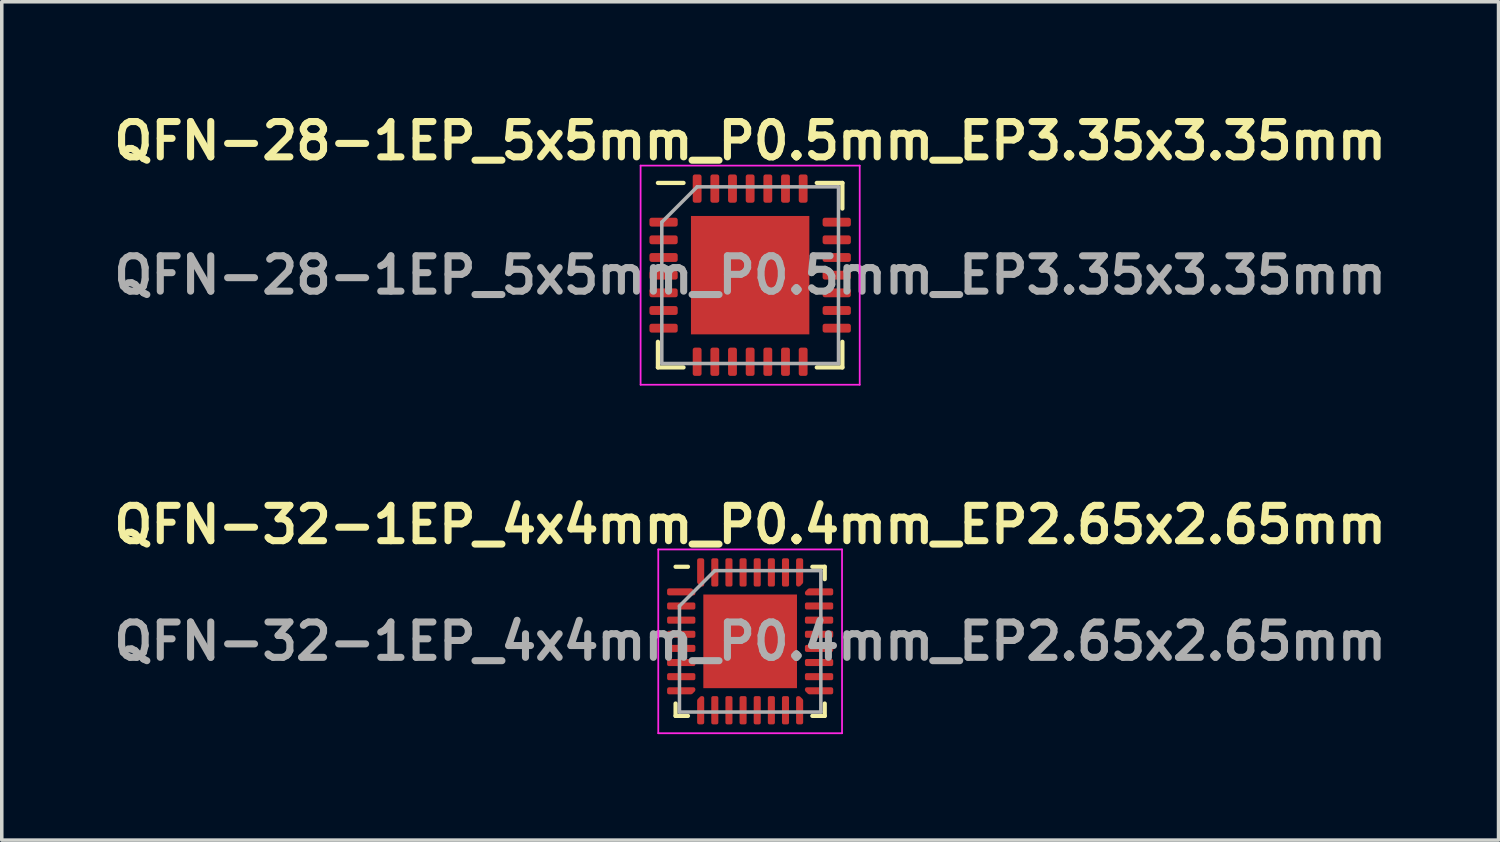
<source format=kicad_pcb>
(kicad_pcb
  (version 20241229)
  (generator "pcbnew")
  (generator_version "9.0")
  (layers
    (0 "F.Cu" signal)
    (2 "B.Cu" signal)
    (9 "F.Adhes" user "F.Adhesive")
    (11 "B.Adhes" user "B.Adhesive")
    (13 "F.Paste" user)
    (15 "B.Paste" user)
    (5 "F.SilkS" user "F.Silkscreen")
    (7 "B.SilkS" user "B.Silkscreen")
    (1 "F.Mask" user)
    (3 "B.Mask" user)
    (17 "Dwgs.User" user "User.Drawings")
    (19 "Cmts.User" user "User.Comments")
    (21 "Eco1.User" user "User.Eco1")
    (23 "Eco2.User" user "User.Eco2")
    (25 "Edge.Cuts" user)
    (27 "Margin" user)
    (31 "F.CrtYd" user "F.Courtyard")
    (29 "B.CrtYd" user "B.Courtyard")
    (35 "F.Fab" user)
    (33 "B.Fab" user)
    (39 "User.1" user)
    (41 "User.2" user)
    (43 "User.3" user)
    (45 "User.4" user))
  (footprint "QFN-28-1EP_5x5mm_P0.5mm_EP3.35x3.35mm"
    (layer "F.Cu")
    (at 18.176 4.736)
    (property "Reference" "QFN-28-1EP_5x5mm_P0.5mm_EP3.35x3.35mm" (at 0 -3.8 0) (layer "F.SilkS") (effects (font (size 1 1) (thickness 0.2))))
    (attr smd)
    (fp_line (start -2.61 2.61) (end -2.61 1.885) (stroke (width 0.12) (type solid)) (layer "F.SilkS"))
    (fp_line (start -1.885 -2.61) (end -2.61 -2.61) (stroke (width 0.12) (type solid)) (layer "F.SilkS"))
    (fp_line (start -1.885 2.61) (end -2.61 2.61) (stroke (width 0.12) (type solid)) (layer "F.SilkS"))
    (fp_line (start 1.885 -2.61) (end 2.61 -2.61) (stroke (width 0.12) (type solid)) (layer "F.SilkS"))
    (fp_line (start 1.885 2.61) (end 2.61 2.61) (stroke (width 0.12) (type solid)) (layer "F.SilkS"))
    (fp_line (start 2.61 -2.61) (end 2.61 -1.885) (stroke (width 0.12) (type solid)) (layer "F.SilkS"))
    (fp_line (start 2.61 2.61) (end 2.61 1.885) (stroke (width 0.12) (type solid)) (layer "F.SilkS"))
    (fp_line (start -3.1 -3.1) (end -3.1 3.1) (stroke (width 0.05) (type solid)) (layer "F.CrtYd"))
    (fp_line (start -3.1 3.1) (end 3.1 3.1) (stroke (width 0.05) (type solid)) (layer "F.CrtYd"))
    (fp_line (start 3.1 -3.1) (end -3.1 -3.1) (stroke (width 0.05) (type solid)) (layer "F.CrtYd"))
    (fp_line (start 3.1 3.1) (end 3.1 -3.1) (stroke (width 0.05) (type solid)) (layer "F.CrtYd"))
    (fp_line (start -2.5 -1.5) (end -1.5 -2.5) (stroke (width 0.1) (type solid)) (layer "F.Fab"))
    (fp_line (start -2.5 2.5) (end -2.5 -1.5) (stroke (width 0.1) (type solid)) (layer "F.Fab"))
    (fp_line (start -1.5 -2.5) (end 2.5 -2.5) (stroke (width 0.1) (type solid)) (layer "F.Fab"))
    (fp_line (start 2.5 -2.5) (end 2.5 2.5) (stroke (width 0.1) (type solid)) (layer "F.Fab"))
    (fp_line (start 2.5 2.5) (end -2.5 2.5) (stroke (width 0.1) (type solid)) (layer "F.Fab"))
    (fp_text user "${REFERENCE}" (at 0 0 0) (layer "F.Fab") (effects (font (size 1 1) (thickness 0.2))))
    (pad "" smd roundrect (at -1.12 -1.12) (size 0.9 0.9) (layers "F.Paste") (roundrect_rratio 0.25))
    (pad "" smd roundrect (at -1.12 0) (size 0.9 0.9) (layers "F.Paste") (roundrect_rratio 0.25))
    (pad "" smd roundrect (at -1.12 1.12) (size 0.9 0.9) (layers "F.Paste") (roundrect_rratio 0.25))
    (pad "" smd roundrect (at 0 -1.12) (size 0.9 0.9) (layers "F.Paste") (roundrect_rratio 0.25))
    (pad "" smd roundrect (at 0 0) (size 0.9 0.9) (layers "F.Paste") (roundrect_rratio 0.25))
    (pad "" smd roundrect (at 0 1.12) (size 0.9 0.9) (layers "F.Paste") (roundrect_rratio 0.25))
    (pad "" smd roundrect (at 1.12 -1.12) (size 0.9 0.9) (layers "F.Paste") (roundrect_rratio 0.25))
    (pad "" smd roundrect (at 1.12 0) (size 0.9 0.9) (layers "F.Paste") (roundrect_rratio 0.25))
    (pad "" smd roundrect (at 1.12 1.12) (size 0.9 0.9) (layers "F.Paste") (roundrect_rratio 0.25))
    (pad "1" smd roundrect (at -2.45 -1.5) (size 0.8 0.25) (layers "F.Cu" "F.Mask" "F.Paste") (roundrect_rratio 0.25))
    (pad "2" smd roundrect (at -2.45 -1) (size 0.8 0.25) (layers "F.Cu" "F.Mask" "F.Paste") (roundrect_rratio 0.25))
    (pad "3" smd roundrect (at -2.45 -0.5) (size 0.8 0.25) (layers "F.Cu" "F.Mask" "F.Paste") (roundrect_rratio 0.25))
    (pad "4" smd roundrect (at -2.45 0) (size 0.8 0.25) (layers "F.Cu" "F.Mask" "F.Paste") (roundrect_rratio 0.25))
    (pad "5" smd roundrect (at -2.45 0.5) (size 0.8 0.25) (layers "F.Cu" "F.Mask" "F.Paste") (roundrect_rratio 0.25))
    (pad "6" smd roundrect (at -2.45 1) (size 0.8 0.25) (layers "F.Cu" "F.Mask" "F.Paste") (roundrect_rratio 0.25))
    (pad "7" smd roundrect (at -2.45 1.5) (size 0.8 0.25) (layers "F.Cu" "F.Mask" "F.Paste") (roundrect_rratio 0.25))
    (pad "8" smd roundrect (at -1.5 2.45) (size 0.25 0.8) (layers "F.Cu" "F.Mask" "F.Paste") (roundrect_rratio 0.25))
    (pad "9" smd roundrect (at -1 2.45) (size 0.25 0.8) (layers "F.Cu" "F.Mask" "F.Paste") (roundrect_rratio 0.25))
    (pad "10" smd roundrect (at -0.5 2.45) (size 0.25 0.8) (layers "F.Cu" "F.Mask" "F.Paste") (roundrect_rratio 0.25))
    (pad "11" smd roundrect (at 0 2.45) (size 0.25 0.8) (layers "F.Cu" "F.Mask" "F.Paste") (roundrect_rratio 0.25))
    (pad "12" smd roundrect (at 0.5 2.45) (size 0.25 0.8) (layers "F.Cu" "F.Mask" "F.Paste") (roundrect_rratio 0.25))
    (pad "13" smd roundrect (at 1 2.45) (size 0.25 0.8) (layers "F.Cu" "F.Mask" "F.Paste") (roundrect_rratio 0.25))
    (pad "14" smd roundrect (at 1.5 2.45) (size 0.25 0.8) (layers "F.Cu" "F.Mask" "F.Paste") (roundrect_rratio 0.25))
    (pad "15" smd roundrect (at 2.45 1.5) (size 0.8 0.25) (layers "F.Cu" "F.Mask" "F.Paste") (roundrect_rratio 0.25))
    (pad "16" smd roundrect (at 2.45 1) (size 0.8 0.25) (layers "F.Cu" "F.Mask" "F.Paste") (roundrect_rratio 0.25))
    (pad "17" smd roundrect (at 2.45 0.5) (size 0.8 0.25) (layers "F.Cu" "F.Mask" "F.Paste") (roundrect_rratio 0.25))
    (pad "18" smd roundrect (at 2.45 0) (size 0.8 0.25) (layers "F.Cu" "F.Mask" "F.Paste") (roundrect_rratio 0.25))
    (pad "19" smd roundrect (at 2.45 -0.5) (size 0.8 0.25) (layers "F.Cu" "F.Mask" "F.Paste") (roundrect_rratio 0.25))
    (pad "20" smd roundrect (at 2.45 -1) (size 0.8 0.25) (layers "F.Cu" "F.Mask" "F.Paste") (roundrect_rratio 0.25))
    (pad "21" smd roundrect (at 2.45 -1.5) (size 0.8 0.25) (layers "F.Cu" "F.Mask" "F.Paste") (roundrect_rratio 0.25))
    (pad "22" smd roundrect (at 1.5 -2.45) (size 0.25 0.8) (layers "F.Cu" "F.Mask" "F.Paste") (roundrect_rratio 0.25))
    (pad "23" smd roundrect (at 1 -2.45) (size 0.25 0.8) (layers "F.Cu" "F.Mask" "F.Paste") (roundrect_rratio 0.25))
    (pad "24" smd roundrect (at 0.5 -2.45) (size 0.25 0.8) (layers "F.Cu" "F.Mask" "F.Paste") (roundrect_rratio 0.25))
    (pad "25" smd roundrect (at 0 -2.45) (size 0.25 0.8) (layers "F.Cu" "F.Mask" "F.Paste") (roundrect_rratio 0.25))
    (pad "26" smd roundrect (at -0.5 -2.45) (size 0.25 0.8) (layers "F.Cu" "F.Mask" "F.Paste") (roundrect_rratio 0.25))
    (pad "27" smd roundrect (at -1 -2.45) (size 0.25 0.8) (layers "F.Cu" "F.Mask" "F.Paste") (roundrect_rratio 0.25))
    (pad "28" smd roundrect (at -1.5 -2.45) (size 0.25 0.8) (layers "F.Cu" "F.Mask" "F.Paste") (roundrect_rratio 0.25))
    (pad "29" smd rect (at 0 0) (size 3.35 3.35) (layers "F.Cu" "F.Mask")))
  (footprint "QFN-32-1EP_4x4mm_P0.4mm_EP2.65x2.65mm"
    (layer "F.Cu")
    (at 18.176 15.097)
    (property "Reference" "QFN-32-1EP_4x4mm_P0.4mm_EP2.65x2.65mm" (at 0 -3.3 0) (layer "F.SilkS") (effects (font (size 1 1) (thickness 0.2))))
    (attr smd)
    (fp_line (start -2.11 2.11) (end -2.11 1.76) (stroke (width 0.12) (type solid)) (layer "F.SilkS"))
    (fp_line (start -1.76 -2.11) (end -2.11 -2.11) (stroke (width 0.12) (type solid)) (layer "F.SilkS"))
    (fp_line (start -1.76 2.11) (end -2.11 2.11) (stroke (width 0.12) (type solid)) (layer "F.SilkS"))
    (fp_line (start 1.76 -2.11) (end 2.11 -2.11) (stroke (width 0.12) (type solid)) (layer "F.SilkS"))
    (fp_line (start 1.76 2.11) (end 2.11 2.11) (stroke (width 0.12) (type solid)) (layer "F.SilkS"))
    (fp_line (start 2.11 -2.11) (end 2.11 -1.76) (stroke (width 0.12) (type solid)) (layer "F.SilkS"))
    (fp_line (start 2.11 2.11) (end 2.11 1.76) (stroke (width 0.12) (type solid)) (layer "F.SilkS"))
    (fp_line (start -2.6 -2.6) (end -2.6 2.6) (stroke (width 0.05) (type solid)) (layer "F.CrtYd"))
    (fp_line (start -2.6 2.6) (end 2.6 2.6) (stroke (width 0.05) (type solid)) (layer "F.CrtYd"))
    (fp_line (start 2.6 -2.6) (end -2.6 -2.6) (stroke (width 0.05) (type solid)) (layer "F.CrtYd"))
    (fp_line (start 2.6 2.6) (end 2.6 -2.6) (stroke (width 0.05) (type solid)) (layer "F.CrtYd"))
    (fp_line (start -2 -1) (end -1 -2) (stroke (width 0.1) (type solid)) (layer "F.Fab"))
    (fp_line (start -2 2) (end -2 -1) (stroke (width 0.1) (type solid)) (layer "F.Fab"))
    (fp_line (start -1 -2) (end 2 -2) (stroke (width 0.1) (type solid)) (layer "F.Fab"))
    (fp_line (start 2 -2) (end 2 2) (stroke (width 0.1) (type solid)) (layer "F.Fab"))
    (fp_line (start 2 2) (end -2 2) (stroke (width 0.1) (type solid)) (layer "F.Fab"))
    (fp_text user "${REFERENCE}" (at 0 0 0) (layer "F.Fab") (effects (font (size 1 1) (thickness 0.2))))
    (pad "" smd roundrect (at -0.66 -0.66) (size 1.07 1.07) (layers "F.Paste") (roundrect_rratio 0.234))
    (pad "" smd roundrect (at -0.66 0.66) (size 1.07 1.07) (layers "F.Paste") (roundrect_rratio 0.234))
    (pad "" smd roundrect (at 0.66 -0.66) (size 1.07 1.07) (layers "F.Paste") (roundrect_rratio 0.234))
    (pad "" smd roundrect (at 0.66 0.66) (size 1.07 1.07) (layers "F.Paste") (roundrect_rratio 0.234))
    (pad "1" smd custom (at -1.95 -1.4) (size 0.129 0.129) (layers "F.Cu" "F.Mask" "F.Paste") (options (anchor circle)) (primitives (gr_poly (pts (xy 0.35 0.021) (xy 0.35 0.05) (xy -0.35 0.05) (xy -0.35 -0.05) (xy 0.279 -0.05)) (width 0.1) (fill yes))))
    (pad "2" smd roundrect (at -1.95 -1) (size 0.8 0.2) (layers "F.Cu" "F.Mask" "F.Paste") (roundrect_rratio 0.25))
    (pad "3" smd roundrect (at -1.95 -0.6) (size 0.8 0.2) (layers "F.Cu" "F.Mask" "F.Paste") (roundrect_rratio 0.25))
    (pad "4" smd roundrect (at -1.95 -0.2) (size 0.8 0.2) (layers "F.Cu" "F.Mask" "F.Paste") (roundrect_rratio 0.25))
    (pad "5" smd roundrect (at -1.95 0.2) (size 0.8 0.2) (layers "F.Cu" "F.Mask" "F.Paste") (roundrect_rratio 0.25))
    (pad "6" smd roundrect (at -1.95 0.6) (size 0.8 0.2) (layers "F.Cu" "F.Mask" "F.Paste") (roundrect_rratio 0.25))
    (pad "7" smd roundrect (at -1.95 1) (size 0.8 0.2) (layers "F.Cu" "F.Mask" "F.Paste") (roundrect_rratio 0.25))
    (pad "8" smd custom (at -1.95 1.4) (size 0.129 0.129) (layers "F.Cu" "F.Mask" "F.Paste") (options (anchor circle)) (primitives (gr_poly (pts (xy 0.35 -0.021) (xy 0.279 0.05) (xy -0.35 0.05) (xy -0.35 -0.05) (xy 0.35 -0.05)) (width 0.1) (fill yes))))
    (pad "9" smd custom (at -1.4 1.95) (size 0.129 0.129) (layers "F.Cu" "F.Mask" "F.Paste") (options (anchor circle)) (primitives (gr_poly (pts (xy 0.05 0.35) (xy -0.05 0.35) (xy -0.05 -0.279) (xy 0.021 -0.35) (xy 0.05 -0.35)) (width 0.1) (fill yes))))
    (pad "10" smd roundrect (at -1 1.95) (size 0.2 0.8) (layers "F.Cu" "F.Mask" "F.Paste") (roundrect_rratio 0.25))
    (pad "11" smd roundrect (at -0.6 1.95) (size 0.2 0.8) (layers "F.Cu" "F.Mask" "F.Paste") (roundrect_rratio 0.25))
    (pad "12" smd roundrect (at -0.2 1.95) (size 0.2 0.8) (layers "F.Cu" "F.Mask" "F.Paste") (roundrect_rratio 0.25))
    (pad "13" smd roundrect (at 0.2 1.95) (size 0.2 0.8) (layers "F.Cu" "F.Mask" "F.Paste") (roundrect_rratio 0.25))
    (pad "14" smd roundrect (at 0.6 1.95) (size 0.2 0.8) (layers "F.Cu" "F.Mask" "F.Paste") (roundrect_rratio 0.25))
    (pad "15" smd roundrect (at 1 1.95) (size 0.2 0.8) (layers "F.Cu" "F.Mask" "F.Paste") (roundrect_rratio 0.25))
    (pad "16" smd custom (at 1.4 1.95) (size 0.129 0.129) (layers "F.Cu" "F.Mask" "F.Paste") (options (anchor circle)) (primitives (gr_poly (pts (xy 0.05 -0.279) (xy 0.05 0.35) (xy -0.05 0.35) (xy -0.05 -0.35) (xy -0.021 -0.35)) (width 0.1) (fill yes))))
    (pad "17" smd custom (at 1.95 1.4) (size 0.129 0.129) (layers "F.Cu" "F.Mask" "F.Paste") (options (anchor circle)) (primitives (gr_poly (pts (xy 0.35 0.05) (xy -0.279 0.05) (xy -0.35 -0.021) (xy -0.35 -0.05) (xy 0.35 -0.05)) (width 0.1) (fill yes))))
    (pad "18" smd roundrect (at 1.95 1) (size 0.8 0.2) (layers "F.Cu" "F.Mask" "F.Paste") (roundrect_rratio 0.25))
    (pad "19" smd roundrect (at 1.95 0.6) (size 0.8 0.2) (layers "F.Cu" "F.Mask" "F.Paste") (roundrect_rratio 0.25))
    (pad "20" smd roundrect (at 1.95 0.2) (size 0.8 0.2) (layers "F.Cu" "F.Mask" "F.Paste") (roundrect_rratio 0.25))
    (pad "21" smd roundrect (at 1.95 -0.2) (size 0.8 0.2) (layers "F.Cu" "F.Mask" "F.Paste") (roundrect_rratio 0.25))
    (pad "22" smd roundrect (at 1.95 -0.6) (size 0.8 0.2) (layers "F.Cu" "F.Mask" "F.Paste") (roundrect_rratio 0.25))
    (pad "23" smd roundrect (at 1.95 -1) (size 0.8 0.2) (layers "F.Cu" "F.Mask" "F.Paste") (roundrect_rratio 0.25))
    (pad "24" smd custom (at 1.95 -1.4) (size 0.129 0.129) (layers "F.Cu" "F.Mask" "F.Paste") (options (anchor circle)) (primitives (gr_poly (pts (xy 0.35 0.05) (xy -0.35 0.05) (xy -0.35 0.021) (xy -0.279 -0.05) (xy 0.35 -0.05)) (width 0.1) (fill yes))))
    (pad "25" smd custom (at 1.4 -1.95) (size 0.129 0.129) (layers "F.Cu" "F.Mask" "F.Paste") (options (anchor circle)) (primitives (gr_poly (pts (xy 0.05 0.279) (xy -0.021 0.35) (xy -0.05 0.35) (xy -0.05 -0.35) (xy 0.05 -0.35)) (width 0.1) (fill yes))))
    (pad "26" smd roundrect (at 1 -1.95) (size 0.2 0.8) (layers "F.Cu" "F.Mask" "F.Paste") (roundrect_rratio 0.25))
    (pad "27" smd roundrect (at 0.6 -1.95) (size 0.2 0.8) (layers "F.Cu" "F.Mask" "F.Paste") (roundrect_rratio 0.25))
    (pad "28" smd roundrect (at 0.2 -1.95) (size 0.2 0.8) (layers "F.Cu" "F.Mask" "F.Paste") (roundrect_rratio 0.25))
    (pad "29" smd roundrect (at -0.2 -1.95) (size 0.2 0.8) (layers "F.Cu" "F.Mask" "F.Paste") (roundrect_rratio 0.25))
    (pad "30" smd roundrect (at -0.6 -1.95) (size 0.2 0.8) (layers "F.Cu" "F.Mask" "F.Paste") (roundrect_rratio 0.25))
    (pad "31" smd roundrect (at -1 -1.95) (size 0.2 0.8) (layers "F.Cu" "F.Mask" "F.Paste") (roundrect_rratio 0.25))
    (pad "32" smd custom (at -1.4 -1.95) (size 0.129 0.129) (layers "F.Cu" "F.Mask" "F.Paste") (options (anchor circle)) (primitives (gr_poly (pts (xy 0.05 0.35) (xy 0.021 0.35) (xy -0.05 0.279) (xy -0.05 -0.35) (xy 0.05 -0.35)) (width 0.1) (fill yes))))
    (pad "33" smd rect (at 0 0) (size 2.65 2.65) (layers "F.Cu" "F.Mask")))
  (gr_rect
    (start -3 -3)
    (end 39.352 20.722)
    (stroke (width 0.1) (type default))
    (fill no)
    (layer "Edge.Cuts")))
</source>
